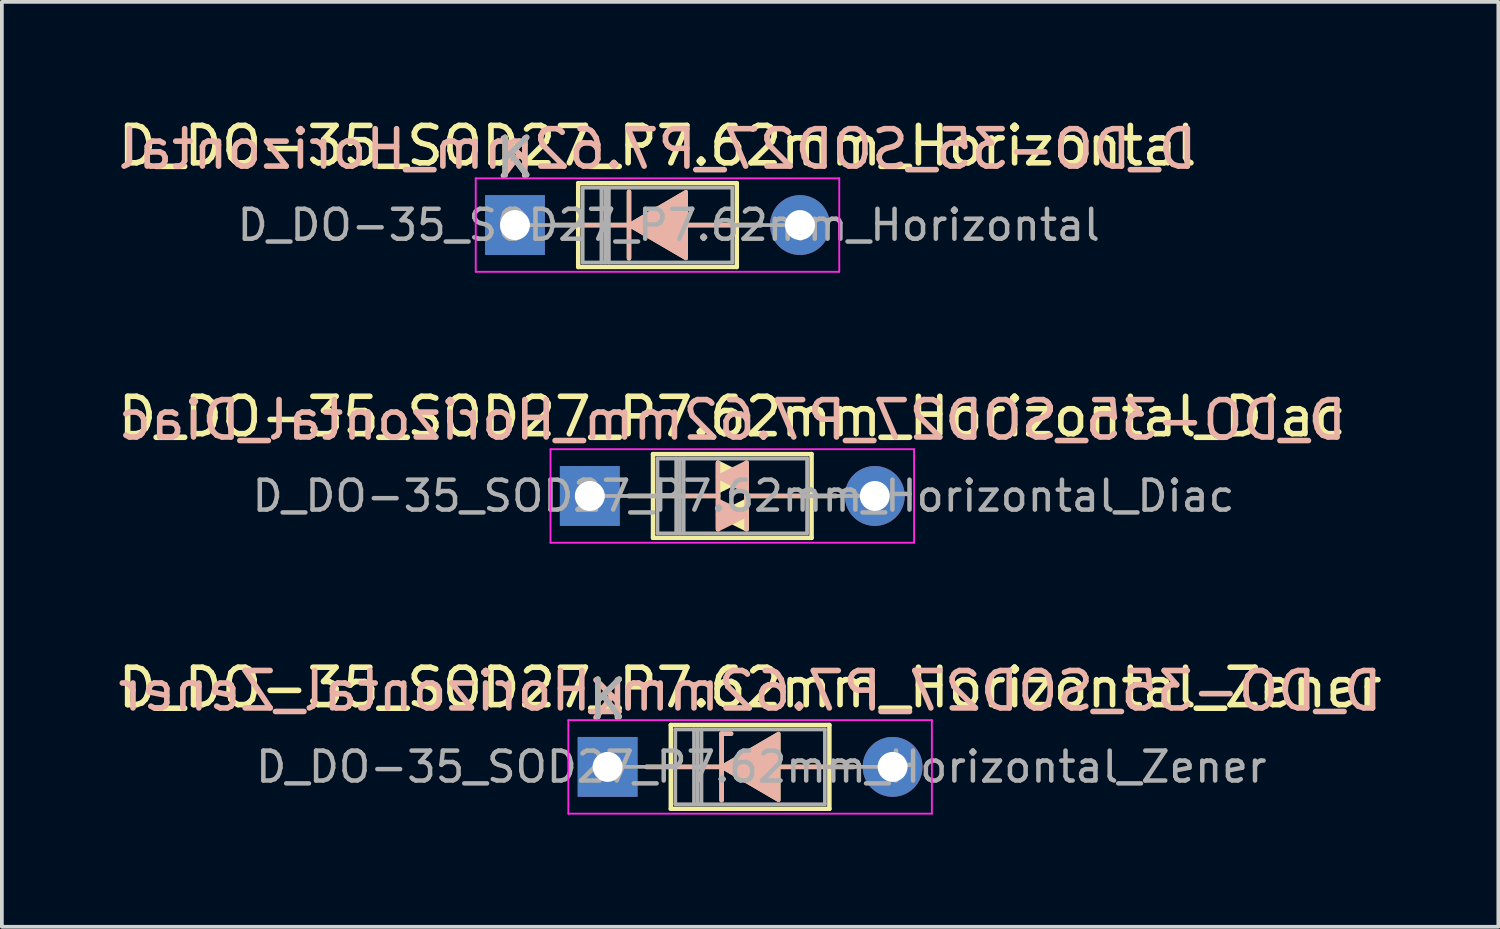
<source format=kicad_pcb>
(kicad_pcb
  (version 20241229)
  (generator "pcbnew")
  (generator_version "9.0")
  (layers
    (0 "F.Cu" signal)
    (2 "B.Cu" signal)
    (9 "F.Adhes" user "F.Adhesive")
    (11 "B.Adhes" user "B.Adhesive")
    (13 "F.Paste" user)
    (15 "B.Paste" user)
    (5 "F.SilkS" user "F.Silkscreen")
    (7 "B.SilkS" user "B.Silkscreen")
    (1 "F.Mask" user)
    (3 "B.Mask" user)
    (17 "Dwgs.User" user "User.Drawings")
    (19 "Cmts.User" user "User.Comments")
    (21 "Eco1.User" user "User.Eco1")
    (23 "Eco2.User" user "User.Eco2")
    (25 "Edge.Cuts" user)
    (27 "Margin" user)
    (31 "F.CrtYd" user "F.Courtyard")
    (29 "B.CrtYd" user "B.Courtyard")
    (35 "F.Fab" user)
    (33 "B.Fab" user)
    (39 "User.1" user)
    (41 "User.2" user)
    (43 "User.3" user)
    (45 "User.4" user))
  (footprint "D_DO-35_SOD27_P7.62mm_Horizontal"
    (layer "F.Cu")
    (at 10.72 2.968)
    (property "Reference" "D_DO-35_SOD27_P7.62mm_Horizontal" (at 3.81 -2.12 0) (layer "F.SilkS") (effects (font (size 1 1) (thickness 0.15))))
    (fp_line (start 1.04 0) (end 1.69 0) (stroke (width 0.12) (type solid)) (layer "F.SilkS"))
    (fp_line (start 1.651 0) (end 3.048 0) (stroke (width 0.12) (type solid)) (layer "F.SilkS"))
    (fp_line (start 1.69 -1.12) (end 1.69 1.12) (stroke (width 0.12) (type solid)) (layer "F.SilkS"))
    (fp_line (start 1.69 1.12) (end 5.93 1.12) (stroke (width 0.12) (type solid)) (layer "F.SilkS"))
    (fp_line (start 3.048 -0.889) (end 3.048 0.889) (stroke (width 0.12) (type solid)) (layer "F.SilkS"))
    (fp_line (start 5.93 -1.12) (end 1.69 -1.12) (stroke (width 0.12) (type solid)) (layer "F.SilkS"))
    (fp_line (start 5.93 0) (end 4.636 0) (stroke (width 0.12) (type solid)) (layer "F.SilkS"))
    (fp_line (start 5.93 1.12) (end 5.93 -1.12) (stroke (width 0.12) (type solid)) (layer "F.SilkS"))
    (fp_line (start 6.58 0) (end 5.93 0) (stroke (width 0.12) (type solid)) (layer "F.SilkS"))
    (fp_poly (pts (xy 4.572 0.889) (xy 3.048 0) (xy 4.572 -0.889)) (stroke (width 0.1) (type solid)) (fill yes) (layer "F.SilkS"))
    (fp_line (start 1.04 0) (end 1.69 0) (stroke (width 0.12) (type solid)) (layer "B.SilkS"))
    (fp_line (start 1.651 0) (end 3.048 0) (stroke (width 0.12) (type solid)) (layer "B.SilkS"))
    (fp_line (start 3.048 0.889) (end 3.048 -0.889) (stroke (width 0.12) (type solid)) (layer "B.SilkS"))
    (fp_line (start 5.93 0) (end 4.636 0) (stroke (width 0.12) (type solid)) (layer "B.SilkS"))
    (fp_line (start 6.58 0) (end 5.93 0) (stroke (width 0.12) (type solid)) (layer "B.SilkS"))
    (fp_poly (pts (xy 4.572 -0.889) (xy 3.048 0) (xy 4.572 0.889)) (stroke (width 0.1) (type solid)) (fill yes) (layer "B.SilkS"))
    (fp_line (start -1.05 -1.25) (end -1.05 1.25) (stroke (width 0.05) (type solid)) (layer "F.CrtYd"))
    (fp_line (start -1.05 1.25) (end 8.67 1.25) (stroke (width 0.05) (type solid)) (layer "F.CrtYd"))
    (fp_line (start 8.67 -1.25) (end -1.05 -1.25) (stroke (width 0.05) (type solid)) (layer "F.CrtYd"))
    (fp_line (start 8.67 1.25) (end 8.67 -1.25) (stroke (width 0.05) (type solid)) (layer "F.CrtYd"))
    (fp_line (start 0 0) (end 1.81 0) (stroke (width 0.1) (type solid)) (layer "F.Fab"))
    (fp_line (start 1.81 -1) (end 1.81 1) (stroke (width 0.1) (type solid)) (layer "F.Fab"))
    (fp_line (start 1.81 1) (end 5.81 1) (stroke (width 0.1) (type solid)) (layer "F.Fab"))
    (fp_line (start 2.31 -1) (end 2.31 1) (stroke (width 0.1) (type solid)) (layer "F.Fab"))
    (fp_line (start 2.41 -1) (end 2.41 1) (stroke (width 0.1) (type solid)) (layer "F.Fab"))
    (fp_line (start 2.51 -1) (end 2.51 1) (stroke (width 0.1) (type solid)) (layer "F.Fab"))
    (fp_line (start 5.81 -1) (end 1.81 -1) (stroke (width 0.1) (type solid)) (layer "F.Fab"))
    (fp_line (start 5.81 1) (end 5.81 -1) (stroke (width 0.1) (type solid)) (layer "F.Fab"))
    (fp_line (start 7.62 0) (end 5.81 0) (stroke (width 0.1) (type solid)) (layer "F.Fab"))
    (fp_text user "K" (at 0 -1.8 0) (layer "F.SilkS") (effects (font (size 1 1) (thickness 0.15))))
    (fp_text user "${REFERENCE}" (at 3.81 -2.032 0) (layer "B.SilkS") (effects (font (size 1 1) (thickness 0.15)) (justify mirror)))
    (fp_text user "K" (at 0 -1.778 0) (layer "B.SilkS") (effects (font (size 1 1) (thickness 0.15)) (justify mirror)))
    (fp_text user "K" (at 0 -1.8 0) (layer "F.Fab") (effects (font (size 1 1) (thickness 0.15))))
    (fp_text user "${REFERENCE}" (at 4.11 0 0) (layer "F.Fab") (effects (font (size 0.8 0.8) (thickness 0.12))))
    (pad "1" thru_hole rect (at 0 0) (size 1.6 1.6) (drill 0.8) (layers "*.Cu" "*.Mask"))
    (pad "2" thru_hole oval (at 7.62 0) (size 1.6 1.6) (drill 0.8) (layers "*.Cu" "*.Mask")))
  (footprint "D_DO-35_SOD27_P7.62mm_Horizontal_Zener"
    (layer "F.Cu")
    (at 13.196 17.455)
    (property "Reference" "D_DO-35_SOD27_P7.62mm_Horizontal_Zener" (at 3.81 -2.12 0) (layer "F.SilkS") (effects (font (size 1 1) (thickness 0.15))))
    (fp_line (start 1.04 0) (end 1.69 0) (stroke (width 0.12) (type solid)) (layer "F.SilkS"))
    (fp_line (start 1.651 0) (end 3.048 0) (stroke (width 0.12) (type solid)) (layer "F.SilkS"))
    (fp_line (start 1.69 -1.12) (end 1.69 1.12) (stroke (width 0.12) (type solid)) (layer "F.SilkS"))
    (fp_line (start 1.69 1.12) (end 5.93 1.12) (stroke (width 0.12) (type solid)) (layer "F.SilkS"))
    (fp_line (start 3.048 -0.889) (end 3.048 0.889) (stroke (width 0.12) (type solid)) (layer "F.SilkS"))
    (fp_line (start 3.048 -0.889) (end 3.302 -0.889) (stroke (width 0.12) (type solid)) (layer "F.SilkS"))
    (fp_line (start 5.93 -1.12) (end 1.69 -1.12) (stroke (width 0.12) (type solid)) (layer "F.SilkS"))
    (fp_line (start 5.93 0) (end 4.636 0) (stroke (width 0.12) (type solid)) (layer "F.SilkS"))
    (fp_line (start 5.93 1.12) (end 5.93 -1.12) (stroke (width 0.12) (type solid)) (layer "F.SilkS"))
    (fp_line (start 6.58 0) (end 5.93 0) (stroke (width 0.12) (type solid)) (layer "F.SilkS"))
    (fp_poly (pts (xy 4.572 0.889) (xy 3.048 0) (xy 4.572 -0.889)) (stroke (width 0.1) (type solid)) (fill yes) (layer "F.SilkS"))
    (fp_line (start 1.04 0) (end 1.69 0) (stroke (width 0.12) (type solid)) (layer "B.SilkS"))
    (fp_line (start 1.651 0) (end 3.048 0) (stroke (width 0.12) (type solid)) (layer "B.SilkS"))
    (fp_line (start 3.048 -0.889) (end 3.302 -0.889) (stroke (width 0.12) (type solid)) (layer "B.SilkS"))
    (fp_line (start 3.048 0.889) (end 3.048 -0.889) (stroke (width 0.12) (type solid)) (layer "B.SilkS"))
    (fp_line (start 5.93 0) (end 4.636 0) (stroke (width 0.12) (type solid)) (layer "B.SilkS"))
    (fp_line (start 6.58 0) (end 5.93 0) (stroke (width 0.12) (type solid)) (layer "B.SilkS"))
    (fp_poly (pts (xy 4.572 -0.889) (xy 3.048 0) (xy 4.572 0.889)) (stroke (width 0.1) (type solid)) (fill yes) (layer "B.SilkS"))
    (fp_line (start -1.05 -1.25) (end -1.05 1.25) (stroke (width 0.05) (type solid)) (layer "F.CrtYd"))
    (fp_line (start -1.05 1.25) (end 8.67 1.25) (stroke (width 0.05) (type solid)) (layer "F.CrtYd"))
    (fp_line (start 8.67 -1.25) (end -1.05 -1.25) (stroke (width 0.05) (type solid)) (layer "F.CrtYd"))
    (fp_line (start 8.67 1.25) (end 8.67 -1.25) (stroke (width 0.05) (type solid)) (layer "F.CrtYd"))
    (fp_line (start 0 0) (end 1.81 0) (stroke (width 0.1) (type solid)) (layer "F.Fab"))
    (fp_line (start 1.81 -1) (end 1.81 1) (stroke (width 0.1) (type solid)) (layer "F.Fab"))
    (fp_line (start 1.81 1) (end 5.81 1) (stroke (width 0.1) (type solid)) (layer "F.Fab"))
    (fp_line (start 2.31 -1) (end 2.31 1) (stroke (width 0.1) (type solid)) (layer "F.Fab"))
    (fp_line (start 2.41 -1) (end 2.41 1) (stroke (width 0.1) (type solid)) (layer "F.Fab"))
    (fp_line (start 2.51 -1) (end 2.51 1) (stroke (width 0.1) (type solid)) (layer "F.Fab"))
    (fp_line (start 5.81 -1) (end 1.81 -1) (stroke (width 0.1) (type solid)) (layer "F.Fab"))
    (fp_line (start 5.81 1) (end 5.81 -1) (stroke (width 0.1) (type solid)) (layer "F.Fab"))
    (fp_line (start 7.62 0) (end 5.81 0) (stroke (width 0.1) (type solid)) (layer "F.Fab"))
    (fp_text user "K" (at 0 -1.8 0) (layer "F.SilkS") (effects (font (size 1 1) (thickness 0.15))))
    (fp_text user "${REFERENCE}" (at 3.81 -2.032 0) (layer "B.SilkS") (effects (font (size 1 1) (thickness 0.15)) (justify mirror)))
    (fp_text user "K" (at 0 -1.778 0) (layer "B.SilkS") (effects (font (size 1 1) (thickness 0.15)) (justify mirror)))
    (fp_text user "K" (at 0 -1.8 0) (layer "F.Fab") (effects (font (size 1 1) (thickness 0.15))))
    (fp_text user "${REFERENCE}" (at 4.11 0 0) (layer "F.Fab") (effects (font (size 0.8 0.8) (thickness 0.12))))
    (pad "1" thru_hole rect (at 0 0) (size 1.6 1.6) (drill 0.8) (layers "*.Cu" "*.Mask"))
    (pad "2" thru_hole oval (at 7.62 0) (size 1.6 1.6) (drill 0.8) (layers "*.Cu" "*.Mask")))
  (footprint "D_DO-35_SOD27_P7.62mm_Horizontal_Diac"
    (layer "F.Cu")
    (at 12.72 10.211)
    (property "Reference" "D_DO-35_SOD27_P7.62mm_Horizontal_Diac" (at 3.81 -2.12 0) (layer "F.SilkS") (effects (font (size 1 1) (thickness 0.15))))
    (fp_line (start 1.04 0) (end 1.69 0) (stroke (width 0.12) (type solid)) (layer "F.SilkS"))
    (fp_line (start 1.651 0) (end 3.429 0) (stroke (width 0.12) (type solid)) (layer "F.SilkS"))
    (fp_line (start 1.69 -1.12) (end 1.69 1.12) (stroke (width 0.12) (type solid)) (layer "F.SilkS"))
    (fp_line (start 1.69 1.12) (end 5.93 1.12) (stroke (width 0.12) (type solid)) (layer "F.SilkS"))
    (fp_line (start 3.429 -0.889) (end 3.429 0.889) (stroke (width 0.12) (type solid)) (layer "F.SilkS"))
    (fp_line (start 4.191 -0.889) (end 4.191 0.889) (stroke (width 0.12) (type solid)) (layer "F.SilkS"))
    (fp_line (start 5.93 -1.12) (end 1.69 -1.12) (stroke (width 0.12) (type solid)) (layer "F.SilkS"))
    (fp_line (start 5.93 0) (end 4.191 0) (stroke (width 0.12) (type solid)) (layer "F.SilkS"))
    (fp_line (start 5.93 1.12) (end 5.93 -1.12) (stroke (width 0.12) (type solid)) (layer "F.SilkS"))
    (fp_line (start 6.58 0) (end 5.93 0) (stroke (width 0.12) (type solid)) (layer "F.SilkS"))
    (fp_poly (pts (xy 4.191 -0.508) (xy 3.429 -0.127) (xy 3.429 -0.889)) (stroke (width 0.12) (type solid)) (fill yes) (layer "F.SilkS"))
    (fp_poly (pts (xy 4.191 0.889) (xy 3.429 0.508) (xy 4.191 0.127)) (stroke (width 0.12) (type solid)) (fill yes) (layer "F.SilkS"))
    (fp_line (start 1.04 0) (end 1.69 0) (stroke (width 0.12) (type solid)) (layer "B.SilkS"))
    (fp_line (start 1.651 0) (end 3.429 0) (stroke (width 0.12) (type solid)) (layer "B.SilkS"))
    (fp_line (start 3.429 0.889) (end 3.429 -0.889) (stroke (width 0.12) (type solid)) (layer "B.SilkS"))
    (fp_line (start 4.191 0.889) (end 4.191 -0.889) (stroke (width 0.12) (type solid)) (layer "B.SilkS"))
    (fp_line (start 5.93 0) (end 4.191 0) (stroke (width 0.12) (type solid)) (layer "B.SilkS"))
    (fp_line (start 6.58 0) (end 5.93 0) (stroke (width 0.12) (type solid)) (layer "B.SilkS"))
    (fp_poly (pts (xy 4.191 -0.889) (xy 3.429 -0.508) (xy 4.191 -0.127)) (stroke (width 0.12) (type solid)) (fill yes) (layer "B.SilkS"))
    (fp_poly (pts (xy 4.191 0.508) (xy 3.429 0.127) (xy 3.429 0.889)) (stroke (width 0.12) (type solid)) (fill yes) (layer "B.SilkS"))
    (fp_line (start -1.05 -1.25) (end -1.05 1.25) (stroke (width 0.05) (type solid)) (layer "F.CrtYd"))
    (fp_line (start -1.05 1.25) (end 8.67 1.25) (stroke (width 0.05) (type solid)) (layer "F.CrtYd"))
    (fp_line (start 8.67 -1.25) (end -1.05 -1.25) (stroke (width 0.05) (type solid)) (layer "F.CrtYd"))
    (fp_line (start 8.67 1.25) (end 8.67 -1.25) (stroke (width 0.05) (type solid)) (layer "F.CrtYd"))
    (fp_line (start 0 0) (end 1.81 0) (stroke (width 0.1) (type solid)) (layer "F.Fab"))
    (fp_line (start 1.81 -1) (end 1.81 1) (stroke (width 0.1) (type solid)) (layer "F.Fab"))
    (fp_line (start 1.81 1) (end 5.81 1) (stroke (width 0.1) (type solid)) (layer "F.Fab"))
    (fp_line (start 2.31 -1) (end 2.31 1) (stroke (width 0.1) (type solid)) (layer "F.Fab"))
    (fp_line (start 2.41 -1) (end 2.41 1) (stroke (width 0.1) (type solid)) (layer "F.Fab"))
    (fp_line (start 2.51 -1) (end 2.51 1) (stroke (width 0.1) (type solid)) (layer "F.Fab"))
    (fp_line (start 5.81 -1) (end 1.81 -1) (stroke (width 0.1) (type solid)) (layer "F.Fab"))
    (fp_line (start 5.81 1) (end 5.81 -1) (stroke (width 0.1) (type solid)) (layer "F.Fab"))
    (fp_line (start 7.62 0) (end 5.81 0) (stroke (width 0.1) (type solid)) (layer "F.Fab"))
    (fp_text user "${REFERENCE}" (at 3.81 -2.032 0) (layer "B.SilkS") (effects (font (size 1 1) (thickness 0.15)) (justify mirror)))
    (fp_text user "${REFERENCE}" (at 4.11 0 0) (layer "F.Fab") (effects (font (size 0.8 0.8) (thickness 0.12))))
    (pad "1" thru_hole rect (at 0 0) (size 1.6 1.6) (drill 0.8) (layers "*.Cu" "*.Mask"))
    (pad "2" thru_hole oval (at 7.62 0) (size 1.6 1.6) (drill 0.8) (layers "*.Cu" "*.Mask")))
  (gr_rect
    (start -3 -3)
    (end 37.012 21.73)
    (stroke (width 0.1) (type default))
    (fill no)
    (layer "Edge.Cuts")))
</source>
